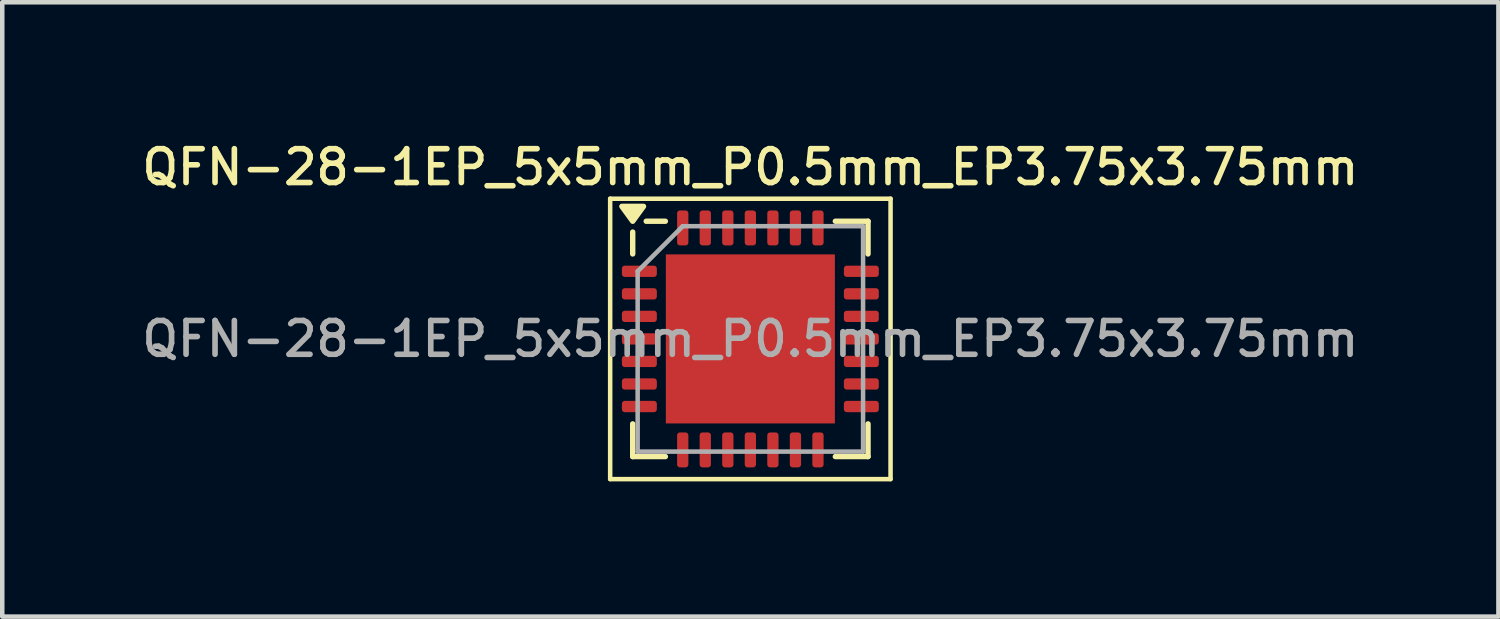
<source format=kicad_pcb>
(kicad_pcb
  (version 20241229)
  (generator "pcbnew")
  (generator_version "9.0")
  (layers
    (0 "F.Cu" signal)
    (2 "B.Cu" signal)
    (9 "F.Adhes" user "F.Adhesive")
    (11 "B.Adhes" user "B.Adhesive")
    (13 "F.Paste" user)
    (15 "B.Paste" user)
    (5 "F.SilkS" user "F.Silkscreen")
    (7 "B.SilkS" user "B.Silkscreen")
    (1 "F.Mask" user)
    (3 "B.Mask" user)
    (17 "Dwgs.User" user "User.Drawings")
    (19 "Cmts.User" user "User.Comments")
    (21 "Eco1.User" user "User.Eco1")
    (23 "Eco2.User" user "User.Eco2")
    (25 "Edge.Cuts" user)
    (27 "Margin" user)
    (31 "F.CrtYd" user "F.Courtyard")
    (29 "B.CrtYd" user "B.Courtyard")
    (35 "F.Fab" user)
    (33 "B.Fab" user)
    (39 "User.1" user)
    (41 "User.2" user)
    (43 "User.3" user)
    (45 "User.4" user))
  (footprint "QFN-28-1EP_5x5mm_P0.5mm_EP3.75x3.75mm"
    (layer "F.Cu")
    (at 13.595 4.468)
    (property "Reference" "QFN-28-1EP_5x5mm_P0.5mm_EP3.75x3.75mm" (at 0 -3.81 0) (layer "F.SilkS") (effects (font (size 0.75 0.75) (thickness 0.125))))
    (attr smd)
    (fp_line (start -3.11 -3.11) (end -3.11 3.11) (stroke (width 0.1) (type solid)) (layer "F.SilkS"))
    (fp_line (start -3.11 3.11) (end 3.11 3.11) (stroke (width 0.1) (type solid)) (layer "F.SilkS"))
    (fp_line (start -2.61 -1.885) (end -2.61 -2.37) (stroke (width 0.12) (type solid)) (layer "F.SilkS"))
    (fp_line (start -2.61 2.61) (end -2.61 1.885) (stroke (width 0.12) (type solid)) (layer "F.SilkS"))
    (fp_line (start -1.885 -2.61) (end -2.31 -2.61) (stroke (width 0.12) (type solid)) (layer "F.SilkS"))
    (fp_line (start -1.885 2.61) (end -2.61 2.61) (stroke (width 0.12) (type solid)) (layer "F.SilkS"))
    (fp_line (start 1.885 -2.61) (end 2.61 -2.61) (stroke (width 0.12) (type solid)) (layer "F.SilkS"))
    (fp_line (start 1.885 2.61) (end 2.61 2.61) (stroke (width 0.12) (type solid)) (layer "F.SilkS"))
    (fp_line (start 2.61 -2.61) (end 2.61 -1.885) (stroke (width 0.12) (type solid)) (layer "F.SilkS"))
    (fp_line (start 2.61 2.61) (end 2.61 1.885) (stroke (width 0.12) (type solid)) (layer "F.SilkS"))
    (fp_line (start 3.11 -3.11) (end -3.11 -3.11) (stroke (width 0.1) (type solid)) (layer "F.SilkS"))
    (fp_line (start 3.11 3.11) (end 3.11 -3.11) (stroke (width 0.1) (type solid)) (layer "F.SilkS"))
    (fp_poly (pts (xy -2.61 -2.61) (xy -2.85 -2.94) (xy -2.37 -2.94) (xy -2.61 -2.61)) (stroke (width 0.12) (type solid)) (fill yes) (layer "F.SilkS"))
    (fp_line (start -2.5 -1.5) (end -1.5 -2.5) (stroke (width 0.1) (type solid)) (layer "F.Fab"))
    (fp_line (start -2.5 2.5) (end -2.5 -1.5) (stroke (width 0.1) (type solid)) (layer "F.Fab"))
    (fp_line (start -1.5 -2.5) (end 2.5 -2.5) (stroke (width 0.1) (type solid)) (layer "F.Fab"))
    (fp_line (start 2.5 -2.5) (end 2.5 2.5) (stroke (width 0.1) (type solid)) (layer "F.Fab"))
    (fp_line (start 2.5 2.5) (end -2.5 2.5) (stroke (width 0.1) (type solid)) (layer "F.Fab"))
    (fp_text user "${REFERENCE}" (at 0 0 0) (layer "F.Fab") (effects (font (size 0.75 0.75) (thickness 0.125))))
    (pad "" smd roundrect (at -1.25 -1.25) (size 1.01 1.01) (layers "F.Paste") (roundrect_rratio 0.248))
    (pad "" smd roundrect (at -1.25 0) (size 1.01 1.01) (layers "F.Paste") (roundrect_rratio 0.248))
    (pad "" smd roundrect (at -1.25 1.25) (size 1.01 1.01) (layers "F.Paste") (roundrect_rratio 0.248))
    (pad "" smd roundrect (at 0 -1.25) (size 1.01 1.01) (layers "F.Paste") (roundrect_rratio 0.248))
    (pad "" smd roundrect (at 0 0) (size 1.01 1.01) (layers "F.Paste") (roundrect_rratio 0.248))
    (pad "" smd roundrect (at 0 1.25) (size 1.01 1.01) (layers "F.Paste") (roundrect_rratio 0.248))
    (pad "" smd roundrect (at 1.25 -1.25) (size 1.01 1.01) (layers "F.Paste") (roundrect_rratio 0.248))
    (pad "" smd roundrect (at 1.25 0) (size 1.01 1.01) (layers "F.Paste") (roundrect_rratio 0.248))
    (pad "" smd roundrect (at 1.25 1.25) (size 1.01 1.01) (layers "F.Paste") (roundrect_rratio 0.248))
    (pad "1" smd roundrect (at -2.462 -1.5) (size 0.775 0.25) (layers "F.Cu" "F.Mask" "F.Paste") (roundrect_rratio 0.25))
    (pad "2" smd roundrect (at -2.462 -1) (size 0.775 0.25) (layers "F.Cu" "F.Mask" "F.Paste") (roundrect_rratio 0.25))
    (pad "3" smd roundrect (at -2.462 -0.5) (size 0.775 0.25) (layers "F.Cu" "F.Mask" "F.Paste") (roundrect_rratio 0.25))
    (pad "4" smd roundrect (at -2.462 0) (size 0.775 0.25) (layers "F.Cu" "F.Mask" "F.Paste") (roundrect_rratio 0.25))
    (pad "5" smd roundrect (at -2.462 0.5) (size 0.775 0.25) (layers "F.Cu" "F.Mask" "F.Paste") (roundrect_rratio 0.25))
    (pad "6" smd roundrect (at -2.462 1) (size 0.775 0.25) (layers "F.Cu" "F.Mask" "F.Paste") (roundrect_rratio 0.25))
    (pad "7" smd roundrect (at -2.462 1.5) (size 0.775 0.25) (layers "F.Cu" "F.Mask" "F.Paste") (roundrect_rratio 0.25))
    (pad "8" smd roundrect (at -1.5 2.462) (size 0.25 0.775) (layers "F.Cu" "F.Mask" "F.Paste") (roundrect_rratio 0.25))
    (pad "9" smd roundrect (at -1 2.462) (size 0.25 0.775) (layers "F.Cu" "F.Mask" "F.Paste") (roundrect_rratio 0.25))
    (pad "10" smd roundrect (at -0.5 2.462) (size 0.25 0.775) (layers "F.Cu" "F.Mask" "F.Paste") (roundrect_rratio 0.25))
    (pad "11" smd roundrect (at 0 2.462) (size 0.25 0.775) (layers "F.Cu" "F.Mask" "F.Paste") (roundrect_rratio 0.25))
    (pad "12" smd roundrect (at 0.5 2.462) (size 0.25 0.775) (layers "F.Cu" "F.Mask" "F.Paste") (roundrect_rratio 0.25))
    (pad "13" smd roundrect (at 1 2.462) (size 0.25 0.775) (layers "F.Cu" "F.Mask" "F.Paste") (roundrect_rratio 0.25))
    (pad "14" smd roundrect (at 1.5 2.462) (size 0.25 0.775) (layers "F.Cu" "F.Mask" "F.Paste") (roundrect_rratio 0.25))
    (pad "15" smd roundrect (at 2.462 1.5) (size 0.775 0.25) (layers "F.Cu" "F.Mask" "F.Paste") (roundrect_rratio 0.25))
    (pad "16" smd roundrect (at 2.462 1) (size 0.775 0.25) (layers "F.Cu" "F.Mask" "F.Paste") (roundrect_rratio 0.25))
    (pad "17" smd roundrect (at 2.462 0.5) (size 0.775 0.25) (layers "F.Cu" "F.Mask" "F.Paste") (roundrect_rratio 0.25))
    (pad "18" smd roundrect (at 2.462 0) (size 0.775 0.25) (layers "F.Cu" "F.Mask" "F.Paste") (roundrect_rratio 0.25))
    (pad "19" smd roundrect (at 2.462 -0.5) (size 0.775 0.25) (layers "F.Cu" "F.Mask" "F.Paste") (roundrect_rratio 0.25))
    (pad "20" smd roundrect (at 2.462 -1) (size 0.775 0.25) (layers "F.Cu" "F.Mask" "F.Paste") (roundrect_rratio 0.25))
    (pad "21" smd roundrect (at 2.462 -1.5) (size 0.775 0.25) (layers "F.Cu" "F.Mask" "F.Paste") (roundrect_rratio 0.25))
    (pad "22" smd roundrect (at 1.5 -2.462) (size 0.25 0.775) (layers "F.Cu" "F.Mask" "F.Paste") (roundrect_rratio 0.25))
    (pad "23" smd roundrect (at 1 -2.462) (size 0.25 0.775) (layers "F.Cu" "F.Mask" "F.Paste") (roundrect_rratio 0.25))
    (pad "24" smd roundrect (at 0.5 -2.462) (size 0.25 0.775) (layers "F.Cu" "F.Mask" "F.Paste") (roundrect_rratio 0.25))
    (pad "25" smd roundrect (at 0 -2.462) (size 0.25 0.775) (layers "F.Cu" "F.Mask" "F.Paste") (roundrect_rratio 0.25))
    (pad "26" smd roundrect (at -0.5 -2.462) (size 0.25 0.775) (layers "F.Cu" "F.Mask" "F.Paste") (roundrect_rratio 0.25))
    (pad "27" smd roundrect (at -1 -2.462) (size 0.25 0.775) (layers "F.Cu" "F.Mask" "F.Paste") (roundrect_rratio 0.25))
    (pad "28" smd roundrect (at -1.5 -2.462) (size 0.25 0.775) (layers "F.Cu" "F.Mask" "F.Paste") (roundrect_rratio 0.25))
    (pad "29" smd rect (at 0 0) (size 3.75 3.75) (property pad_prop_heatsink) (layers "F.Cu" "F.Mask")))
  (gr_rect
    (start -3 -3)
    (end 30.189 10.628)
    (stroke (width 0.1) (type default))
    (fill no)
    (layer "Edge.Cuts")))
</source>
